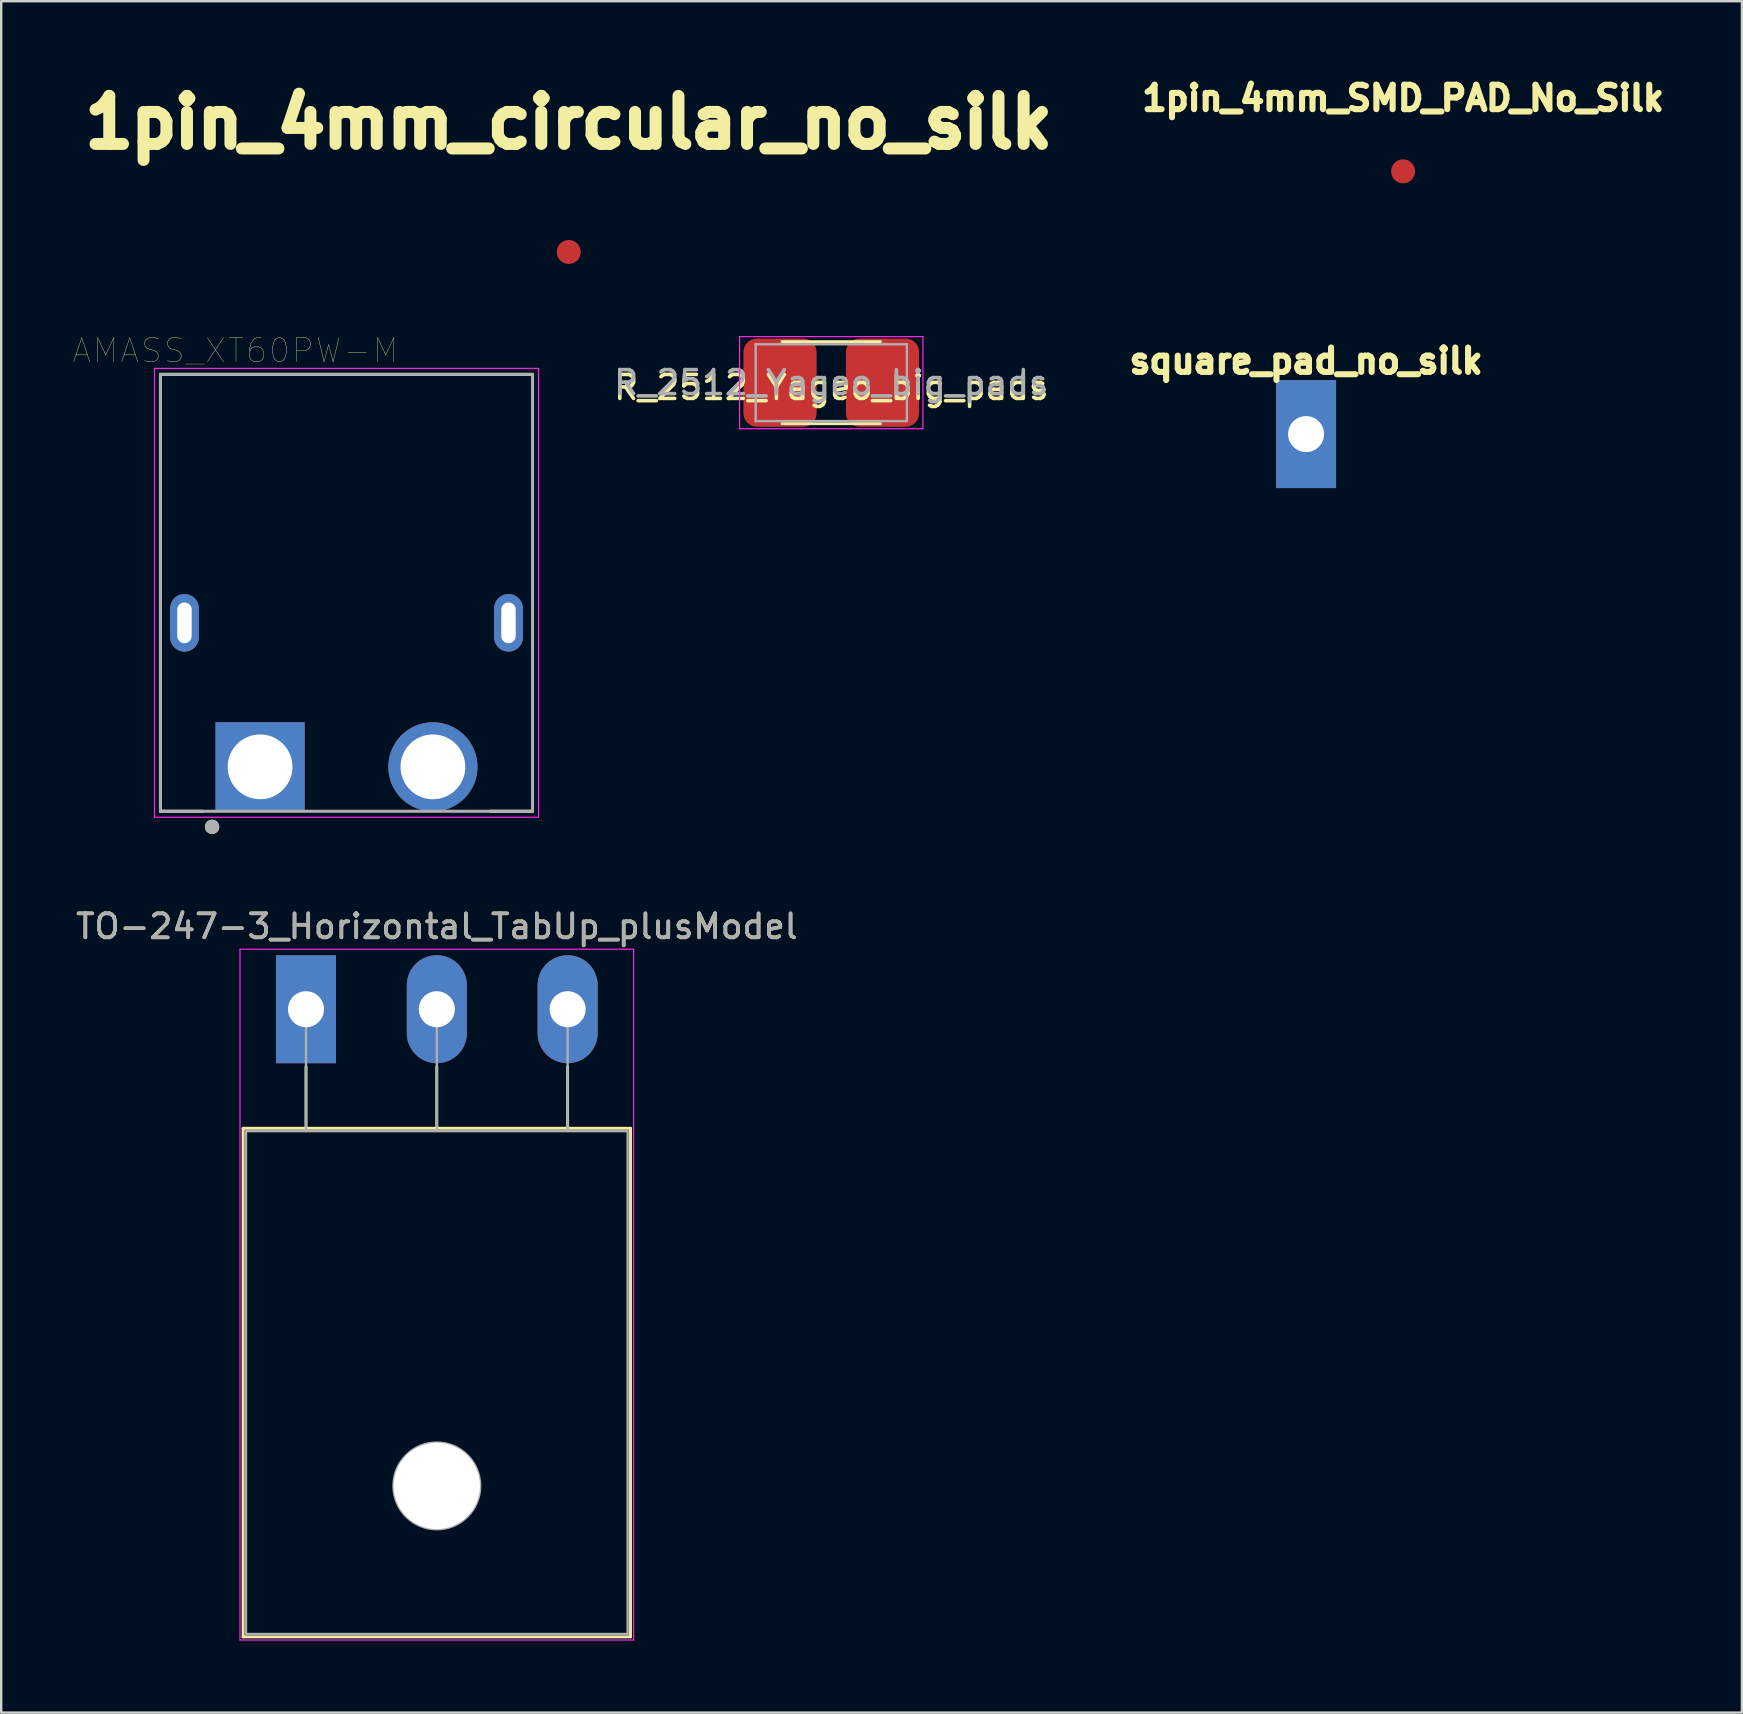
<source format=kicad_pcb>
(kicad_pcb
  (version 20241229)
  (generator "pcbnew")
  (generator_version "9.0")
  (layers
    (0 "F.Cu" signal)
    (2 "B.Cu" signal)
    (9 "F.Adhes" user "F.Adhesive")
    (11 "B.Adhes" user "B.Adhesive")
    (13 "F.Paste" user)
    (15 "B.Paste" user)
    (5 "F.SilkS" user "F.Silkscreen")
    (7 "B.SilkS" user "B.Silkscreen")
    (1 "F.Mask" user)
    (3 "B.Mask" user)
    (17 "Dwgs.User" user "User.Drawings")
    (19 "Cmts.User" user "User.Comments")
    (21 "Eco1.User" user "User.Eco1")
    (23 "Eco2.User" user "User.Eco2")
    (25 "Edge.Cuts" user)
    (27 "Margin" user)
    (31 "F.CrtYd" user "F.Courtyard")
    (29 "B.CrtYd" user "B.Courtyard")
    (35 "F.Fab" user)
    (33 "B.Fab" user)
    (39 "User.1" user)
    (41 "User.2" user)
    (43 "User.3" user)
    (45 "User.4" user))
  (footprint "AMASS_XT60PW-M"
    (layer "F.Cu")
    (at 11.386 22.899)
    (property "Reference" "AMASS_XT60PW-M" (at -4.627 -11.34 0) (layer "F.SilkS") (effects (font (size 1 1) (thickness 0.015))))
    (attr through_hole)
    (fp_line (start -7.75 -10.35) (end -7.75 7.85) (stroke (width 0.127) (type solid)) (layer "F.SilkS"))
    (fp_line (start -7.75 7.85) (end -6 7.85) (stroke (width 0.127) (type solid)) (layer "F.SilkS"))
    (fp_line (start 7.75 -10.35) (end -7.75 -10.35) (stroke (width 0.127) (type solid)) (layer "F.SilkS"))
    (fp_line (start 7.75 7.85) (end 6 7.85) (stroke (width 0.127) (type solid)) (layer "F.SilkS"))
    (fp_line (start 7.75 7.85) (end 7.75 -10.35) (stroke (width 0.127) (type solid)) (layer "F.SilkS"))
    (fp_circle (center -5.6 8.5) (end -5.45 8.5) (stroke (width 0.3) (type solid)) (fill no) (layer "F.SilkS"))
    (fp_line (start -8 -10.6) (end 8 -10.6) (stroke (width 0.05) (type solid)) (layer "F.CrtYd"))
    (fp_line (start -8 8.1) (end -8 -10.6) (stroke (width 0.05) (type solid)) (layer "F.CrtYd"))
    (fp_line (start 8 -10.6) (end 8 8.1) (stroke (width 0.05) (type solid)) (layer "F.CrtYd"))
    (fp_line (start 8 8.1) (end -8 8.1) (stroke (width 0.05) (type solid)) (layer "F.CrtYd"))
    (fp_line (start -7.75 -10.35) (end -7.75 7.85) (stroke (width 0.127) (type solid)) (layer "F.Fab"))
    (fp_line (start -7.75 7.85) (end 7.75 7.85) (stroke (width 0.127) (type solid)) (layer "F.Fab"))
    (fp_line (start 7.75 -10.35) (end -7.75 -10.35) (stroke (width 0.127) (type solid)) (layer "F.Fab"))
    (fp_line (start 7.75 7.85) (end 7.75 -10.35) (stroke (width 0.127) (type solid)) (layer "F.Fab"))
    (fp_circle (center -5.6 8.5) (end -5.45 8.5) (stroke (width 0.3) (type solid)) (fill no) (layer "F.Fab"))
    (pad "1" thru_hole rect (at -3.6 6) (size 3.716 3.716) (drill 2.7) (layers "*.Cu" "*.Mask"))
    (pad "2" thru_hole circle (at 3.6 6) (size 3.716 3.716) (drill 2.7) (layers "*.Cu" "*.Mask"))
    (pad "S1" thru_hole oval (at -6.75 0) (size 1.2 2.4) (drill oval 0.6 1.7) (layers "*.Cu" "*.Mask"))
    (pad "S2" thru_hole oval (at 6.75 0) (size 1.2 2.4) (drill oval 0.6 1.7) (layers "*.Cu" "*.Mask")))
  (footprint "square_pad_no_silk"
    (layer "F.Cu")
    (at 51.365 15.036)
    (property "Reference" "square_pad_no_silk" (at 0 -3.048 0) (layer "F.SilkS") (effects (font (size 1.016 1.016) (thickness 0.254))))
    (attr through_hole)
    (pad "1" thru_hole rect (at 0 0) (size 2.5 4.5) (drill 1.5) (layers "*.Cu" "*.Mask")))
  (footprint "1pin_4mm_SMD_PAD_No_Silk"
    (layer "F.Cu")
    (at 55.407 4.088)
    (property "Reference" "1pin_4mm_SMD_PAD_No_Silk" (at 0 -3.048 0) (layer "F.SilkS") (effects (font (size 1.016 1.016) (thickness 0.254))))
    (attr through_hole)
    (pad "1" smd circle (at 0 0) (size 1 1) (layers "F.Cu" "F.Mask" "F.Paste")))
  (footprint "1pin_4mm_circular_no_silk"
    (layer "F.Cu")
    (at 20.645 7.447)
    (property "Reference" "1pin_4mm_circular_no_silk" (at 0 -5.4 0) (layer "F.SilkS") (effects (font (size 2 2) (thickness 0.5))))
    (attr through_hole)
    (pad "1" smd circle (at 0 0) (size 1 1) (layers "F.Cu" "F.Mask" "F.Paste")))
  (footprint "R_2512_Yageo_big_pads"
    (layer "F.Cu")
    (at 31.583 12.893)
    (property "Reference" "R_2512_Yageo_big_pads" (at 0 0.2 180) (layer "F.SilkS") (effects (font (size 1 1) (thickness 0.15))))
    (attr smd)
    (fp_line (start -2.052 -1.71) (end 2.052 -1.71) (stroke (width 0.12) (type solid)) (layer "F.SilkS"))
    (fp_line (start -2.052 1.71) (end 2.052 1.71) (stroke (width 0.12) (type solid)) (layer "F.SilkS"))
    (fp_line (start -3.82 -1.92) (end 3.82 -1.92) (stroke (width 0.05) (type solid)) (layer "F.CrtYd"))
    (fp_line (start -3.82 1.92) (end -3.82 -1.92) (stroke (width 0.05) (type solid)) (layer "F.CrtYd"))
    (fp_line (start 3.82 -1.92) (end 3.82 1.92) (stroke (width 0.05) (type solid)) (layer "F.CrtYd"))
    (fp_line (start 3.82 1.92) (end -3.82 1.92) (stroke (width 0.05) (type solid)) (layer "F.CrtYd"))
    (fp_line (start -3.15 -1.6) (end 3.15 -1.6) (stroke (width 0.1) (type solid)) (layer "F.Fab"))
    (fp_line (start -3.15 1.6) (end -3.15 -1.6) (stroke (width 0.1) (type solid)) (layer "F.Fab"))
    (fp_line (start 3.15 -1.6) (end 3.15 1.6) (stroke (width 0.1) (type solid)) (layer "F.Fab"))
    (fp_line (start 3.15 1.6) (end -3.15 1.6) (stroke (width 0.1) (type solid)) (layer "F.Fab"))
    (fp_text user "${REFERENCE}" (at 0 0 180) (layer "F.Fab") (effects (font (size 1 1) (thickness 0.15))))
    (pad "1" smd roundrect (at -2.135 0) (size 3.05 3.68) (layers "F.Cu" "F.Mask" "F.Paste") (roundrect_rratio 0.185))
    (pad "2" smd roundrect (at 2.135 0) (size 3.05 3.68) (layers "F.Cu" "F.Mask" "F.Paste") (roundrect_rratio 0.185)))
  (footprint "TO-247-3_Horizontal_TabUp_plusModel"
    (layer "F.Cu")
    (at 9.699 38.997)
    (property "Reference" "TO-247-3_Horizontal_TabUp_plusModel" (at 5.45 -3.45 0) (layer "F.SilkS") (effects (font (size 1 1) (thickness 0.15))))
    (attr through_hole)
    (fp_line (start -2.62 4.96) (end -2.62 26.15) (stroke (width 0.12) (type solid)) (layer "F.SilkS"))
    (fp_line (start -2.62 4.96) (end 13.52 4.96) (stroke (width 0.12) (type solid)) (layer "F.SilkS"))
    (fp_line (start -2.62 26.15) (end 13.52 26.15) (stroke (width 0.12) (type solid)) (layer "F.SilkS"))
    (fp_line (start 0 2.4) (end 0 4.96) (stroke (width 0.12) (type solid)) (layer "F.SilkS"))
    (fp_line (start 5.45 2.4) (end 5.45 4.96) (stroke (width 0.12) (type solid)) (layer "F.SilkS"))
    (fp_line (start 10.9 2.4) (end 10.9 4.96) (stroke (width 0.12) (type solid)) (layer "F.SilkS"))
    (fp_line (start 13.52 4.96) (end 13.52 26.15) (stroke (width 0.12) (type solid)) (layer "F.SilkS"))
    (fp_line (start -2.75 -2.5) (end -2.75 26.28) (stroke (width 0.05) (type solid)) (layer "F.CrtYd"))
    (fp_line (start -2.75 26.28) (end 13.65 26.28) (stroke (width 0.05) (type solid)) (layer "F.CrtYd"))
    (fp_line (start 13.65 -2.5) (end -2.75 -2.5) (stroke (width 0.05) (type solid)) (layer "F.CrtYd"))
    (fp_line (start 13.65 26.28) (end 13.65 -2.5) (stroke (width 0.05) (type solid)) (layer "F.CrtYd"))
    (fp_line (start -2.5 5.08) (end -2.5 26.03) (stroke (width 0.1) (type solid)) (layer "F.Fab"))
    (fp_line (start -2.5 26.03) (end 13.4 26.03) (stroke (width 0.1) (type solid)) (layer "F.Fab"))
    (fp_line (start 0 5.08) (end 0 0) (stroke (width 0.1) (type solid)) (layer "F.Fab"))
    (fp_line (start 5.45 5.08) (end 5.45 0) (stroke (width 0.1) (type solid)) (layer "F.Fab"))
    (fp_line (start 10.9 5.08) (end 10.9 0) (stroke (width 0.1) (type solid)) (layer "F.Fab"))
    (fp_line (start 13.4 5.08) (end -2.5 5.08) (stroke (width 0.1) (type solid)) (layer "F.Fab"))
    (fp_line (start 13.4 26.03) (end 13.4 5.08) (stroke (width 0.1) (type solid)) (layer "F.Fab"))
    (fp_circle (center 5.45 19.86) (end 7.255 19.86) (stroke (width 0.1) (type solid)) (fill no) (layer "F.Fab"))
    (fp_text user "${REFERENCE}" (at 5.45 -3.45 0) (layer "F.Fab") (effects (font (size 1 1) (thickness 0.15))))
    (pad "" np_thru_hole oval (at 5.45 19.86) (size 3.6 3.6) (drill 3.6) (layers "*.Cu" "*.Mask"))
    (pad "1" thru_hole rect (at 0 0) (size 2.5 4.5) (drill 1.5) (layers "*.Cu" "*.Mask"))
    (pad "2" thru_hole oval (at 5.45 0) (size 2.5 4.5) (drill 1.5) (layers "*.Cu" "*.Mask"))
    (pad "3" thru_hole oval (at 10.9 0) (size 2.5 4.5) (drill 1.5) (layers "*.Cu" "*.Mask")))
  (gr_rect
    (start -3 -3)
    (end 69.524 68.302)
    (stroke (width 0.1) (type default))
    (fill no)
    (layer "Edge.Cuts")))
</source>
